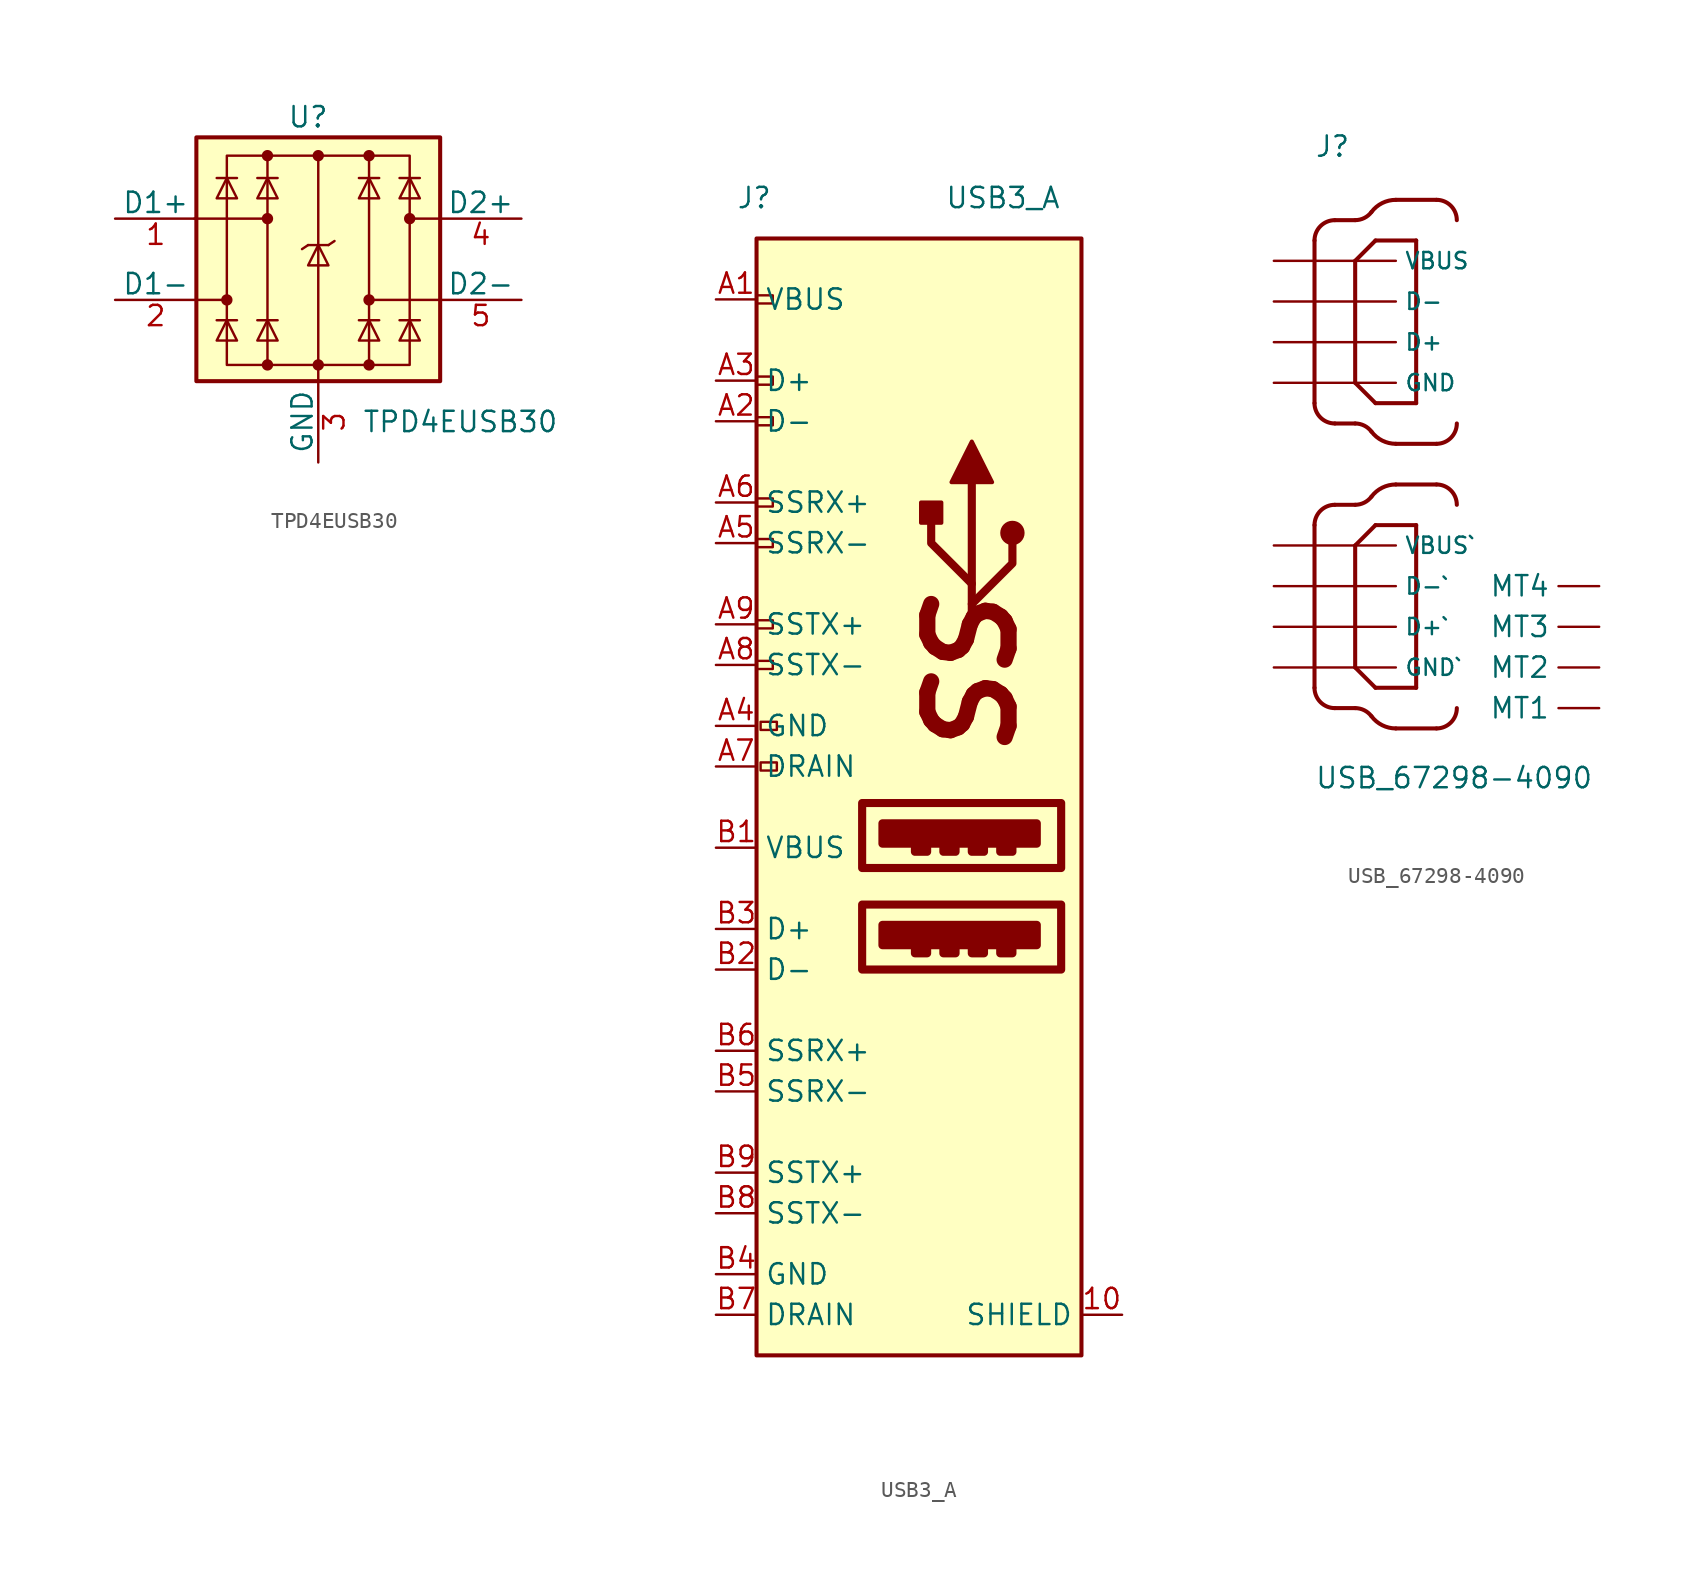
<source format=kicad_sym>
(kicad_symbol_lib
  (version 20201005)
  (generator kicad_symbol_editor)
  (symbol "AP2100:TPD4EUSB30"
    (pin_names
      (offset 0))
    (property "Reference" "U"
      (at -0.635 8.89 0)
      (effects (font (size 1.27 1.27))))
    (property "Value" "TPD4EUSB30"
      (at 8.89 -10.16 0)
      (effects (font (size 1.27 1.27))))
    (symbol "TPD4EUSB30_0_1"
      (circle (center -5.715 -2.54) (radius 0.279) (stroke (width 0)) (fill (type outline)))
      (circle (center -3.175 -6.604) (radius 0.279) (stroke (width 0)) (fill (type outline)))
      (circle (center -3.175 2.54) (radius 0.279) (stroke (width 0)) (fill (type outline)))
      (circle (center -3.175 6.477) (radius 0.279) (stroke (width 0)) (fill (type outline)))
      (circle (center 0 -6.604) (radius 0.279) (stroke (width 0)) (fill (type outline)))
      (circle (center 0 6.477) (radius 0.279) (stroke (width 0)) (fill (type outline)))
      (circle (center 3.175 -6.604) (radius 0.279) (stroke (width 0)) (fill (type outline)))
      (circle (center 3.175 -2.54) (radius 0.279) (stroke (width 0)) (fill (type outline)))
      (circle (center 3.175 6.477) (radius 0.279) (stroke (width 0)) (fill (type outline)))
      (circle (center 5.715 2.54) (radius 0.279) (stroke (width 0)) (fill (type outline)))
      (rectangle (start -7.62 7.62) (end 7.62 -7.62) (stroke (width 0.254)) (fill (type background)))
      (polyline (pts (xy -7.747 2.54) (xy -3.175 2.54)) (stroke (width 0)) (fill (type none)))
      (polyline (pts (xy -7.62 -2.54) (xy -5.715 -2.54)) (stroke (width 0)) (fill (type none)))
      (polyline (pts (xy -5.08 -3.81) (xy -6.35 -3.81)) (stroke (width 0)) (fill (type none)))
      (polyline (pts (xy -5.08 5.08) (xy -6.35 5.08)) (stroke (width 0)) (fill (type none)))
      (polyline (pts (xy -2.54 -3.81) (xy -3.81 -3.81)) (stroke (width 0)) (fill (type none)))
      (polyline (pts (xy -2.54 5.08) (xy -3.81 5.08)) (stroke (width 0)) (fill (type none)))
      (polyline (pts (xy -0.635 0.889) (xy -1.016 0.635)) (stroke (width 0)) (fill (type none)))
      (polyline (pts (xy 0 -6.604) (xy 0 -7.62)) (stroke (width 0)) (fill (type none)))
      (polyline (pts (xy 0.635 0.889) (xy -0.635 0.889)) (stroke (width 0)) (fill (type none)))
      (polyline (pts (xy 0.635 0.889) (xy 1.016 1.143)) (stroke (width 0)) (fill (type none)))
      (polyline (pts (xy 3.81 -3.81) (xy 2.54 -3.81)) (stroke (width 0)) (fill (type none)))
      (polyline (pts (xy 3.81 5.08) (xy 2.54 5.08)) (stroke (width 0)) (fill (type none)))
      (polyline (pts (xy 6.35 -3.81) (xy 5.08 -3.81)) (stroke (width 0)) (fill (type none)))
      (polyline (pts (xy 6.35 5.08) (xy 5.08 5.08)) (stroke (width 0)) (fill (type none)))
      (polyline (pts (xy 7.62 -2.54) (xy 3.175 -2.54)) (stroke (width 0)) (fill (type none)))
      (polyline (pts (xy 7.62 2.54) (xy 5.715 2.54)) (stroke (width 0)) (fill (type none)))
      (polyline (pts (xy -5.08 -5.08) (xy -6.35 -5.08) (xy -5.715 -3.81) (xy -5.08 -5.08)) (stroke (width 0)) (fill (type none)))
      (polyline (pts (xy -5.08 3.81) (xy -6.35 3.81) (xy -5.715 5.08) (xy -5.08 3.81)) (stroke (width 0)) (fill (type none)))
      (polyline (pts (xy -2.54 -5.08) (xy -3.81 -5.08) (xy -3.175 -3.81) (xy -2.54 -5.08)) (stroke (width 0)) (fill (type none)))
      (polyline (pts (xy -2.54 3.81) (xy -3.81 3.81) (xy -3.175 5.08) (xy -2.54 3.81)) (stroke (width 0)) (fill (type none)))
      (polyline (pts (xy 0.635 -0.381) (xy -0.635 -0.381) (xy 0 0.889) (xy 0.635 -0.381)) (stroke (width 0)) (fill (type none)))
      (polyline (pts (xy 3.81 -5.08) (xy 2.54 -5.08) (xy 3.175 -3.81) (xy 3.81 -5.08)) (stroke (width 0)) (fill (type none)))
      (polyline (pts (xy 3.81 3.81) (xy 2.54 3.81) (xy 3.175 5.08) (xy 3.81 3.81)) (stroke (width 0)) (fill (type none)))
      (polyline (pts (xy 6.35 -5.08) (xy 5.08 -5.08) (xy 5.715 -3.81) (xy 6.35 -5.08)) (stroke (width 0)) (fill (type none)))
      (polyline (pts (xy 6.35 3.81) (xy 5.08 3.81) (xy 5.715 5.08) (xy 6.35 3.81)) (stroke (width 0)) (fill (type none))))
    (symbol "TPD4EUSB30_0_0"
      (rectangle (start -5.715 6.477) (end 5.715 -6.604) (stroke (width 0)) (fill (type none)))
      (polyline (pts (xy -3.175 -6.604) (xy -3.175 6.477)) (stroke (width 0)) (fill (type none)))
      (polyline (pts (xy 0 6.477) (xy 0 -6.604)) (stroke (width 0)) (fill (type none)))
      (polyline (pts (xy 3.175 6.477) (xy 3.175 -6.604)) (stroke (width 0)) (fill (type none))))
    (symbol "TPD4EUSB30_1_1"
      (pin passive line (at -12.7 2.54 0) (length 5.08) (name "D1+" (effects (font (size 1.27 1.27)))) (number "1" (effects (font (size 1.27 1.27)))))
      (pin passive line (at -12.7 2.54 0) (length 5.08) hide (name "~" (effects (font (size 1.27 1.27)))) (number "10" (effects (font (size 1.27 1.27)))))
      (pin passive line (at -12.7 -2.54 0) (length 5.08) (name "D1-" (effects (font (size 1.27 1.27)))) (number "2" (effects (font (size 1.27 1.27)))))
      (pin power_in line (at 0 -12.7 90) (length 5.08) (name "GND" (effects (font (size 1.27 1.27)))) (number "3" (effects (font (size 1.27 1.27)))))
      (pin passive line (at 12.7 2.54 180) (length 5.08) (name "D2+" (effects (font (size 1.27 1.27)))) (number "4" (effects (font (size 1.27 1.27)))))
      (pin passive line (at 12.7 -2.54 180) (length 5.08) (name "D2-" (effects (font (size 1.27 1.27)))) (number "5" (effects (font (size 1.27 1.27)))))
      (pin passive line (at 12.7 -2.54 180) (length 5.08) hide (name "~" (effects (font (size 1.27 1.27)))) (number "6" (effects (font (size 1.27 1.27)))))
      (pin passive line (at 12.7 2.54 180) (length 5.08) hide (name "~" (effects (font (size 1.27 1.27)))) (number "7" (effects (font (size 1.27 1.27)))))
      (pin passive line (at 0 -12.7 90) (length 5.08) hide (name "GND" (effects (font (size 1.27 1.27)))) (number "8" (effects (font (size 1.27 1.27)))))
      (pin passive line (at -12.7 -2.54 0) (length 5.08) hide (name "~" (effects (font (size 1.27 1.27)))) (number "9" (effects (font (size 1.27 1.27)))))))
  (symbol "AP2100:USB3_A"
    (property "Reference" "J"
      (at -10.16 33.02 0)
      (effects (font (size 1.27 1.27)) (justify left)))
    (property "Value" "USB3_A"
      (at 10.16 33.02 0)
      (effects (font (size 1.27 1.27)) (justify right)))
    (symbol "USB3_A_1_1"
      (circle (center 7.112 12.065) (radius 0.635) (stroke (width 0.254)) (fill (type outline)))
      (text "SS" (at 4.572 3.175 900) (effects (font (size 5.08 5.08) bold italic)))
      (rectangle (start -8.89 4.064) (end -7.874 3.556) (stroke (width 0)) (fill (type none)))
      (rectangle (start -8.89 6.604) (end -7.874 6.096) (stroke (width 0)) (fill (type none)))
      (rectangle (start -8.89 11.684) (end -7.874 11.176) (stroke (width 0)) (fill (type none)))
      (rectangle (start -8.89 14.224) (end -7.874 13.716) (stroke (width 0)) (fill (type none)))
      (rectangle (start -8.89 19.304) (end -7.874 18.796) (stroke (width 0)) (fill (type none)))
      (rectangle (start -8.89 21.844) (end -7.874 21.336) (stroke (width 0)) (fill (type none)))
      (rectangle (start -8.89 26.924) (end -7.874 26.416) (stroke (width 0)) (fill (type none)))
      (rectangle (start -7.62 -2.286) (end -8.636 -2.794) (stroke (width 0)) (fill (type none)))
      (rectangle (start -7.62 0.254) (end -8.636 -0.254) (stroke (width 0)) (fill (type none)))
      (rectangle (start -2.286 -11.176) (end 10.16 -15.24) (stroke (width 0.508)) (fill (type none)))
      (rectangle (start -2.286 -4.826) (end 10.16 -8.89) (stroke (width 0.508)) (fill (type none)))
      (rectangle (start -1.016 -12.446) (end 8.636 -13.716) (stroke (width 0.508)) (fill (type outline)))
      (rectangle (start -1.016 -6.096) (end 8.636 -7.366) (stroke (width 0.508)) (fill (type outline)))
      (rectangle (start 1.016 -13.97) (end 1.778 -14.224) (stroke (width 0.508)) (fill (type none)))
      (rectangle (start 1.016 -7.62) (end 1.778 -7.874) (stroke (width 0.508)) (fill (type none)))
      (rectangle (start 2.667 12.7) (end 1.397 13.97) (stroke (width 0.254)) (fill (type outline)))
      (rectangle (start 2.794 -13.97) (end 3.556 -14.224) (stroke (width 0.508)) (fill (type none)))
      (rectangle (start 2.794 -7.62) (end 3.556 -7.874) (stroke (width 0.508)) (fill (type none)))
      (rectangle (start 4.572 -13.97) (end 5.334 -14.224) (stroke (width 0.508)) (fill (type none)))
      (rectangle (start 4.572 -7.62) (end 5.334 -7.874) (stroke (width 0.508)) (fill (type none)))
      (rectangle (start 6.35 -13.97) (end 7.112 -14.224) (stroke (width 0.508)) (fill (type none)))
      (rectangle (start 6.35 -7.62) (end 7.112 -7.874) (stroke (width 0.508)) (fill (type none)))
      (rectangle (start 11.43 30.48) (end -8.89 -39.37) (stroke (width 0.254)) (fill (type background)))
      (polyline (pts (xy 4.572 6.35) (xy 4.572 15.24)) (stroke (width 0.508)) (fill (type none)))
      (polyline (pts (xy 4.572 7.62) (xy 7.112 10.16) (xy 7.112 11.43)) (stroke (width 0.508)) (fill (type none)))
      (polyline (pts (xy 4.572 8.89) (xy 2.032 11.43) (xy 2.032 12.7)) (stroke (width 0.508)) (fill (type none)))
      (polyline (pts (xy 5.842 15.24) (xy 4.572 17.78) (xy 3.302 15.24) (xy 5.842 15.24)) (stroke (width 0.254)) (fill (type outline)))
      (pin passive line (at 13.97 -36.83 180) (length 2.54) (name "SHIELD" (effects (font (size 1.27 1.27)))) (number "10" (effects (font (size 1.27 1.27)))))
      (pin power_in line (at -11.43 26.67 0) (length 2.54) (name "VBUS" (effects (font (size 1.27 1.27)))) (number "A1" (effects (font (size 1.27 1.27)))))
      (pin bidirectional line (at -11.43 19.05 0) (length 2.54) (name "D-" (effects (font (size 1.27 1.27)))) (number "A2" (effects (font (size 1.27 1.27)))))
      (pin bidirectional line (at -11.43 21.59 0) (length 2.54) (name "D+" (effects (font (size 1.27 1.27)))) (number "A3" (effects (font (size 1.27 1.27)))))
      (pin power_in line (at -11.43 0 0) (length 2.54) (name "GND" (effects (font (size 1.27 1.27)))) (number "A4" (effects (font (size 1.27 1.27)))))
      (pin bidirectional line (at -11.43 11.43 0) (length 2.54) (name "SSRX-" (effects (font (size 1.27 1.27)))) (number "A5" (effects (font (size 1.27 1.27)))))
      (pin bidirectional line (at -11.43 13.97 0) (length 2.54) (name "SSRX+" (effects (font (size 1.27 1.27)))) (number "A6" (effects (font (size 1.27 1.27)))))
      (pin power_in line (at -11.43 -2.54 0) (length 2.54) (name "DRAIN" (effects (font (size 1.27 1.27)))) (number "A7" (effects (font (size 1.27 1.27)))))
      (pin bidirectional line (at -11.43 3.81 0) (length 2.54) (name "SSTX-" (effects (font (size 1.27 1.27)))) (number "A8" (effects (font (size 1.27 1.27)))))
      (pin bidirectional line (at -11.43 6.35 0) (length 2.54) (name "SSTX+" (effects (font (size 1.27 1.27)))) (number "A9" (effects (font (size 1.27 1.27)))))
      (pin power_in line (at -11.43 -7.62 0) (length 2.54) (name "VBUS" (effects (font (size 1.27 1.27)))) (number "B1" (effects (font (size 1.27 1.27)))))
      (pin bidirectional line (at -11.43 -15.24 0) (length 2.54) (name "D-" (effects (font (size 1.27 1.27)))) (number "B2" (effects (font (size 1.27 1.27)))))
      (pin bidirectional line (at -11.43 -12.7 0) (length 2.54) (name "D+" (effects (font (size 1.27 1.27)))) (number "B3" (effects (font (size 1.27 1.27)))))
      (pin power_in line (at -11.43 -34.29 0) (length 2.54) (name "GND" (effects (font (size 1.27 1.27)))) (number "B4" (effects (font (size 1.27 1.27)))))
      (pin bidirectional line (at -11.43 -22.86 0) (length 2.54) (name "SSRX-" (effects (font (size 1.27 1.27)))) (number "B5" (effects (font (size 1.27 1.27)))))
      (pin bidirectional line (at -11.43 -20.32 0) (length 2.54) (name "SSRX+" (effects (font (size 1.27 1.27)))) (number "B6" (effects (font (size 1.27 1.27)))))
      (pin power_in line (at -11.43 -36.83 0) (length 2.54) (name "DRAIN" (effects (font (size 1.27 1.27)))) (number "B7" (effects (font (size 1.27 1.27)))))
      (pin bidirectional line (at -11.43 -30.48 0) (length 2.54) (name "SSTX-" (effects (font (size 1.27 1.27)))) (number "B8" (effects (font (size 1.27 1.27)))))
      (pin bidirectional line (at -11.43 -27.94 0) (length 2.54) (name "SSTX+" (effects (font (size 1.27 1.27)))) (number "B9" (effects (font (size 1.27 1.27)))))))
  (symbol "AP2100:USB_67298-4090"
    (pin_numbers hide)
    (property "Reference" "J"
      (at -5.08 21.641 0)
      (effects (font (size 1.27 1.27)) (justify left bottom)))
    (property "Value" "USB_67298-4090"
      (at -5.08 -17.805 0)
      (effects (font (size 1.27 1.27)) (justify left bottom)))
    (symbol "USB_67298-4090_0_0"
      (arc (start -5.08 -11.43) (end -3.81 -12.7) (radius (at -3.81 -11.43) (length 1.27) (angles 180 -90)) (stroke (width 0.254)) (fill (type none)))
      (arc (start -5.08 -1.27) (end -3.81 0) (radius (at -3.81 -1.27) (length 1.27) (angles 180 90)) (stroke (width 0.254)) (fill (type none)))
      (arc (start -5.08 6.35) (end -3.81 5.08) (radius (at -3.81 6.35) (length 1.27) (angles 180 -90)) (stroke (width 0.254)) (fill (type none)))
      (arc (start -5.08 16.51) (end -3.81 17.78) (radius (at -3.81 16.51) (length 1.27) (angles 180 90)) (stroke (width 0.254)) (fill (type none)))
      (arc (start -2.54 -12.7) (end -1.524 -13.208) (radius (at -2.54 -13.97) (length 1.27) (angles -143 -90)) (stroke (width 0.254)) (fill (type none)))
      (arc (start -2.54 0) (end -1.524 0.508) (radius (at -2.54 1.27) (length 1.27) (angles -90 -37)) (stroke (width 0.254)) (fill (type none)))
      (arc (start -2.54 5.08) (end -1.524 4.572) (radius (at -2.54 3.81) (length 1.27) (angles -143 -90)) (stroke (width 0.254)) (fill (type none)))
      (arc (start -2.54 17.78) (end -1.524 18.288) (radius (at -2.54 19.05) (length 1.27) (angles -90 -37)) (stroke (width 0.254)) (fill (type none)))
      (arc (start -1.524 -13.208) (end 0 -13.97) (radius (at 0 -12.065) (length 1.905) (angles -143 -90)) (stroke (width 0.254)) (fill (type none)))
      (arc (start -1.524 0.508) (end 0 1.27) (radius (at 0 -0.635) (length 1.905) (angles -90 -37)) (stroke (width 0.254)) (fill (type none)))
      (arc (start -1.524 4.572) (end 0 3.81) (radius (at 0 5.715) (length 1.905) (angles -143 -90)) (stroke (width 0.254)) (fill (type none)))
      (arc (start -1.524 18.288) (end 0 19.05) (radius (at 0 17.145) (length 1.905) (angles -90 -37)) (stroke (width 0.254)) (fill (type none)))
      (arc (start 2.54 -13.97) (end 3.81 -12.7) (radius (at 2.54 -12.7) (length 1.27) (angles -90 0)) (stroke (width 0.254)) (fill (type none)))
      (arc (start 2.54 1.27) (end 3.81 0) (radius (at 2.54 0) (length 1.27) (angles 90 0)) (stroke (width 0.254)) (fill (type none)))
      (arc (start 2.54 3.81) (end 3.81 5.08) (radius (at 2.54 5.08) (length 1.27) (angles -90 0)) (stroke (width 0.254)) (fill (type none)))
      (arc (start 2.54 19.05) (end 3.81 17.78) (radius (at 2.54 17.78) (length 1.27) (angles 90 0)) (stroke (width 0.254)) (fill (type none)))
      (polyline (pts (xy -5.08 -1.27) (xy -5.08 -11.43)) (stroke (width 0.254)) (fill (type none)))
      (polyline (pts (xy -5.08 16.51) (xy -5.08 6.35)) (stroke (width 0.254)) (fill (type none)))
      (polyline (pts (xy -3.81 -12.7) (xy -2.54 -12.7)) (stroke (width 0.254)) (fill (type none)))
      (polyline (pts (xy -3.81 0) (xy -2.54 0)) (stroke (width 0.254)) (fill (type none)))
      (polyline (pts (xy -3.81 5.08) (xy -2.54 5.08)) (stroke (width 0.254)) (fill (type none)))
      (polyline (pts (xy -3.81 17.78) (xy -2.54 17.78)) (stroke (width 0.254)) (fill (type none)))
      (polyline (pts (xy -2.54 -10.16) (xy -1.27 -11.43)) (stroke (width 0.254)) (fill (type none)))
      (polyline (pts (xy -2.54 -2.54) (xy -2.54 -10.16)) (stroke (width 0.254)) (fill (type none)))
      (polyline (pts (xy -2.54 7.62) (xy -1.27 6.35)) (stroke (width 0.254)) (fill (type none)))
      (polyline (pts (xy -2.54 15.24) (xy -2.54 7.62)) (stroke (width 0.254)) (fill (type none)))
      (polyline (pts (xy -1.27 -11.43) (xy 1.27 -11.43)) (stroke (width 0.254)) (fill (type none)))
      (polyline (pts (xy -1.27 -1.27) (xy -2.54 -2.54)) (stroke (width 0.254)) (fill (type none)))
      (polyline (pts (xy -1.27 6.35) (xy 1.27 6.35)) (stroke (width 0.254)) (fill (type none)))
      (polyline (pts (xy -1.27 16.51) (xy -2.54 15.24)) (stroke (width 0.254)) (fill (type none)))
      (polyline (pts (xy 0 -13.97) (xy 2.54 -13.97)) (stroke (width 0.254)) (fill (type none)))
      (polyline (pts (xy 0 1.27) (xy 2.54 1.27)) (stroke (width 0.254)) (fill (type none)))
      (polyline (pts (xy 0 3.81) (xy 2.54 3.81)) (stroke (width 0.254)) (fill (type none)))
      (polyline (pts (xy 0 19.05) (xy 2.54 19.05)) (stroke (width 0.254)) (fill (type none)))
      (polyline (pts (xy 1.27 -11.43) (xy 1.27 -1.27)) (stroke (width 0.254)) (fill (type none)))
      (polyline (pts (xy 1.27 -1.27) (xy -1.27 -1.27)) (stroke (width 0.254)) (fill (type none)))
      (polyline (pts (xy 1.27 6.35) (xy 1.27 16.51)) (stroke (width 0.254)) (fill (type none)))
      (polyline (pts (xy 1.27 16.51) (xy -1.27 16.51)) (stroke (width 0.254)) (fill (type none)))
      (pin power_in line (at -7.62 -2.54 0) (length 7.62) (name "VBUS`" (effects (font (size 1.016 1.016)))) (number "1" (effects (font (size 1.016 1.016)))))
      (pin passive line (at -7.62 -5.08 0) (length 7.62) (name "D-`" (effects (font (size 1.016 1.016)))) (number "2" (effects (font (size 1.016 1.016)))))
      (pin passive line (at -7.62 -7.62 0) (length 7.62) (name "D+`" (effects (font (size 1.016 1.016)))) (number "3" (effects (font (size 1.016 1.016)))))
      (pin power_in line (at -7.62 -10.16 0) (length 7.62) (name "GND`" (effects (font (size 1.016 1.016)))) (number "4" (effects (font (size 1.016 1.016)))))
      (pin power_in line (at -7.62 15.24 0) (length 7.62) (name "VBUS" (effects (font (size 1.016 1.016)))) (number "5" (effects (font (size 1.016 1.016)))))
      (pin passive line (at -7.62 12.7 0) (length 7.62) (name "D-" (effects (font (size 1.016 1.016)))) (number "6" (effects (font (size 1.016 1.016)))))
      (pin passive line (at -7.62 10.16 0) (length 7.62) (name "D+" (effects (font (size 1.016 1.016)))) (number "7" (effects (font (size 1.016 1.016)))))
      (pin power_in line (at -7.62 7.62 0) (length 7.62) (name "GND" (effects (font (size 1.016 1.016)))) (number "8" (effects (font (size 1.016 1.016)))))
      (pin passive line (at 12.7 -12.7 180) (length 2.54) (name "MT1" (effects (font (size 1.27 1.27)))) (number "MT1" (effects (font (size 1.27 1.27)))))
      (pin passive line (at 12.7 -10.16 180) (length 2.54) (name "MT2" (effects (font (size 1.27 1.27)))) (number "MT2" (effects (font (size 1.27 1.27)))))
      (pin passive line (at 12.7 -7.62 180) (length 2.54) (name "MT3" (effects (font (size 1.27 1.27)))) (number "MT3" (effects (font (size 1.27 1.27)))))
      (pin passive line (at 12.7 -5.08 180) (length 2.54) (name "MT4" (effects (font (size 1.27 1.27)))) (number "MT4" (effects (font (size 1.27 1.27))))))))
</source>
